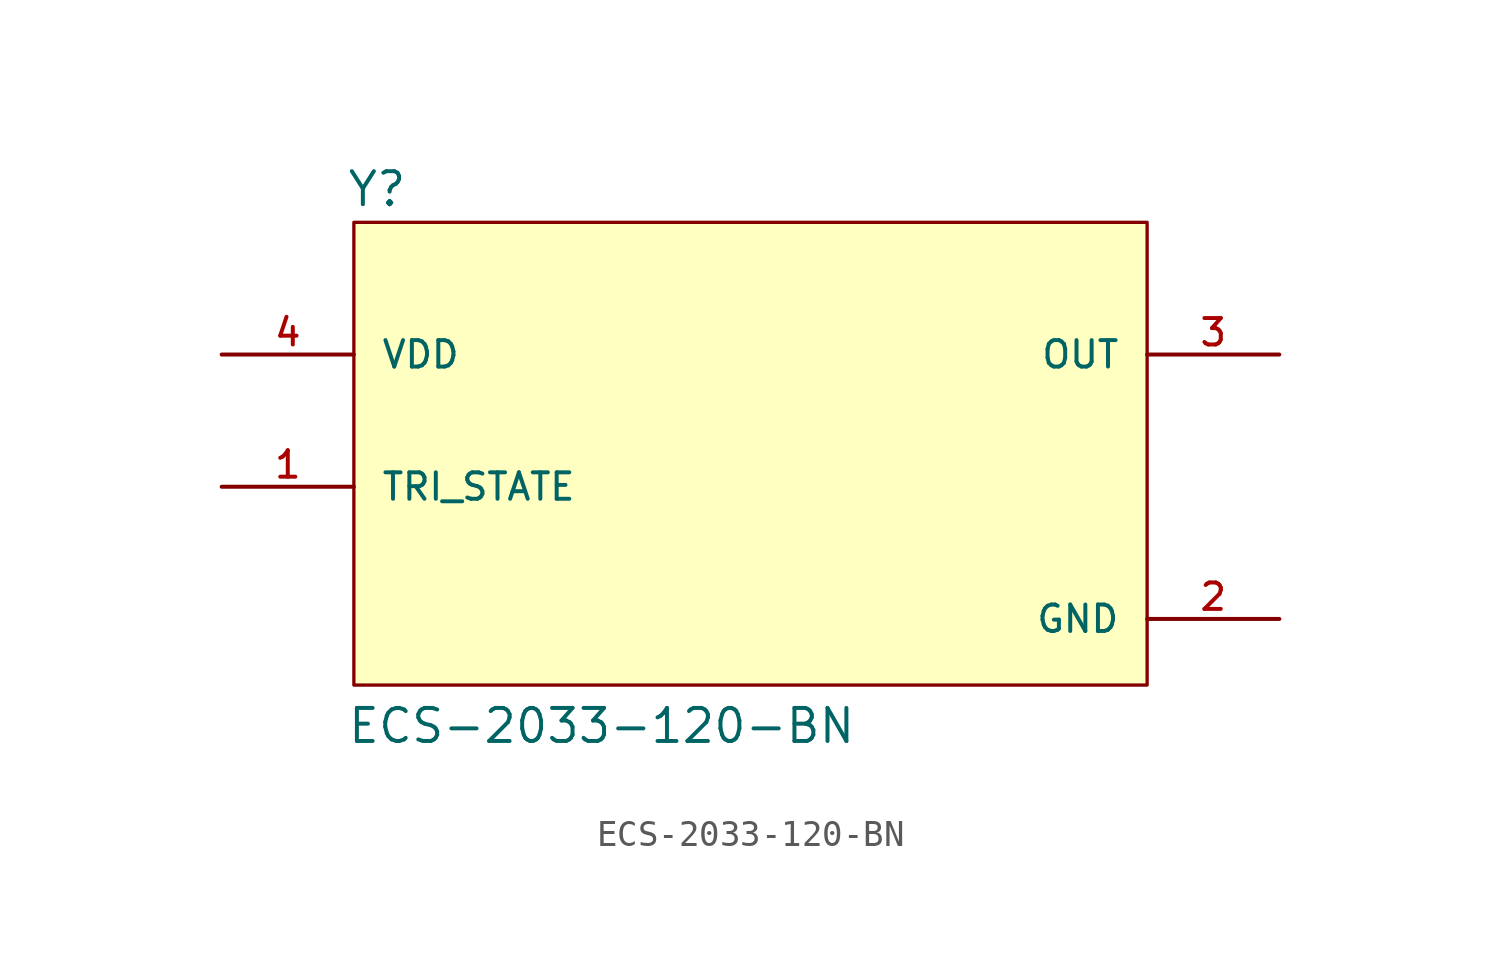
<source format=kicad_sym>
(kicad_symbol_lib
  (version 20211014)
  (generator kicad_symbol_editor)
  (symbol "ECS-2033-120-BN"
    (pin_names
      (offset 1.016))
    (property "Reference" "Y"
      (at -15.539 8.152 0)
      (effects (font (size 1.27 1.27)) (justify bottom left)))
    (property "Value" "ECS-2033-120-BN"
      (at -15.526 -12.472 0)
      (effects (font (size 1.27 1.27)) (justify bottom left)))
    (symbol "ECS-2033-120-BN_0_0"
      (rectangle (start -15.24 -10.16) (end 15.24 7.62) (stroke (width 0.127)) (fill (type background)))
      (pin input line (at -20.32 -2.54 0) (length 5.08) (name "TRI_STATE" (effects (font (size 1.016 1.016)))) (number "1" (effects (font (size 1.016 1.016)))))
      (pin output line (at 20.32 2.54 180.0) (length 5.08) (name "OUT" (effects (font (size 1.016 1.016)))) (number "3" (effects (font (size 1.016 1.016)))))
      (pin input line (at -20.32 2.54 0) (length 5.08) (name "VDD" (effects (font (size 1.016 1.016)))) (number "4" (effects (font (size 1.016 1.016)))))
      (pin power_in line (at 20.32 -7.62 180.0) (length 5.08) (name "GND" (effects (font (size 1.016 1.016)))) (number "2" (effects (font (size 1.016 1.016))))))))
</source>
